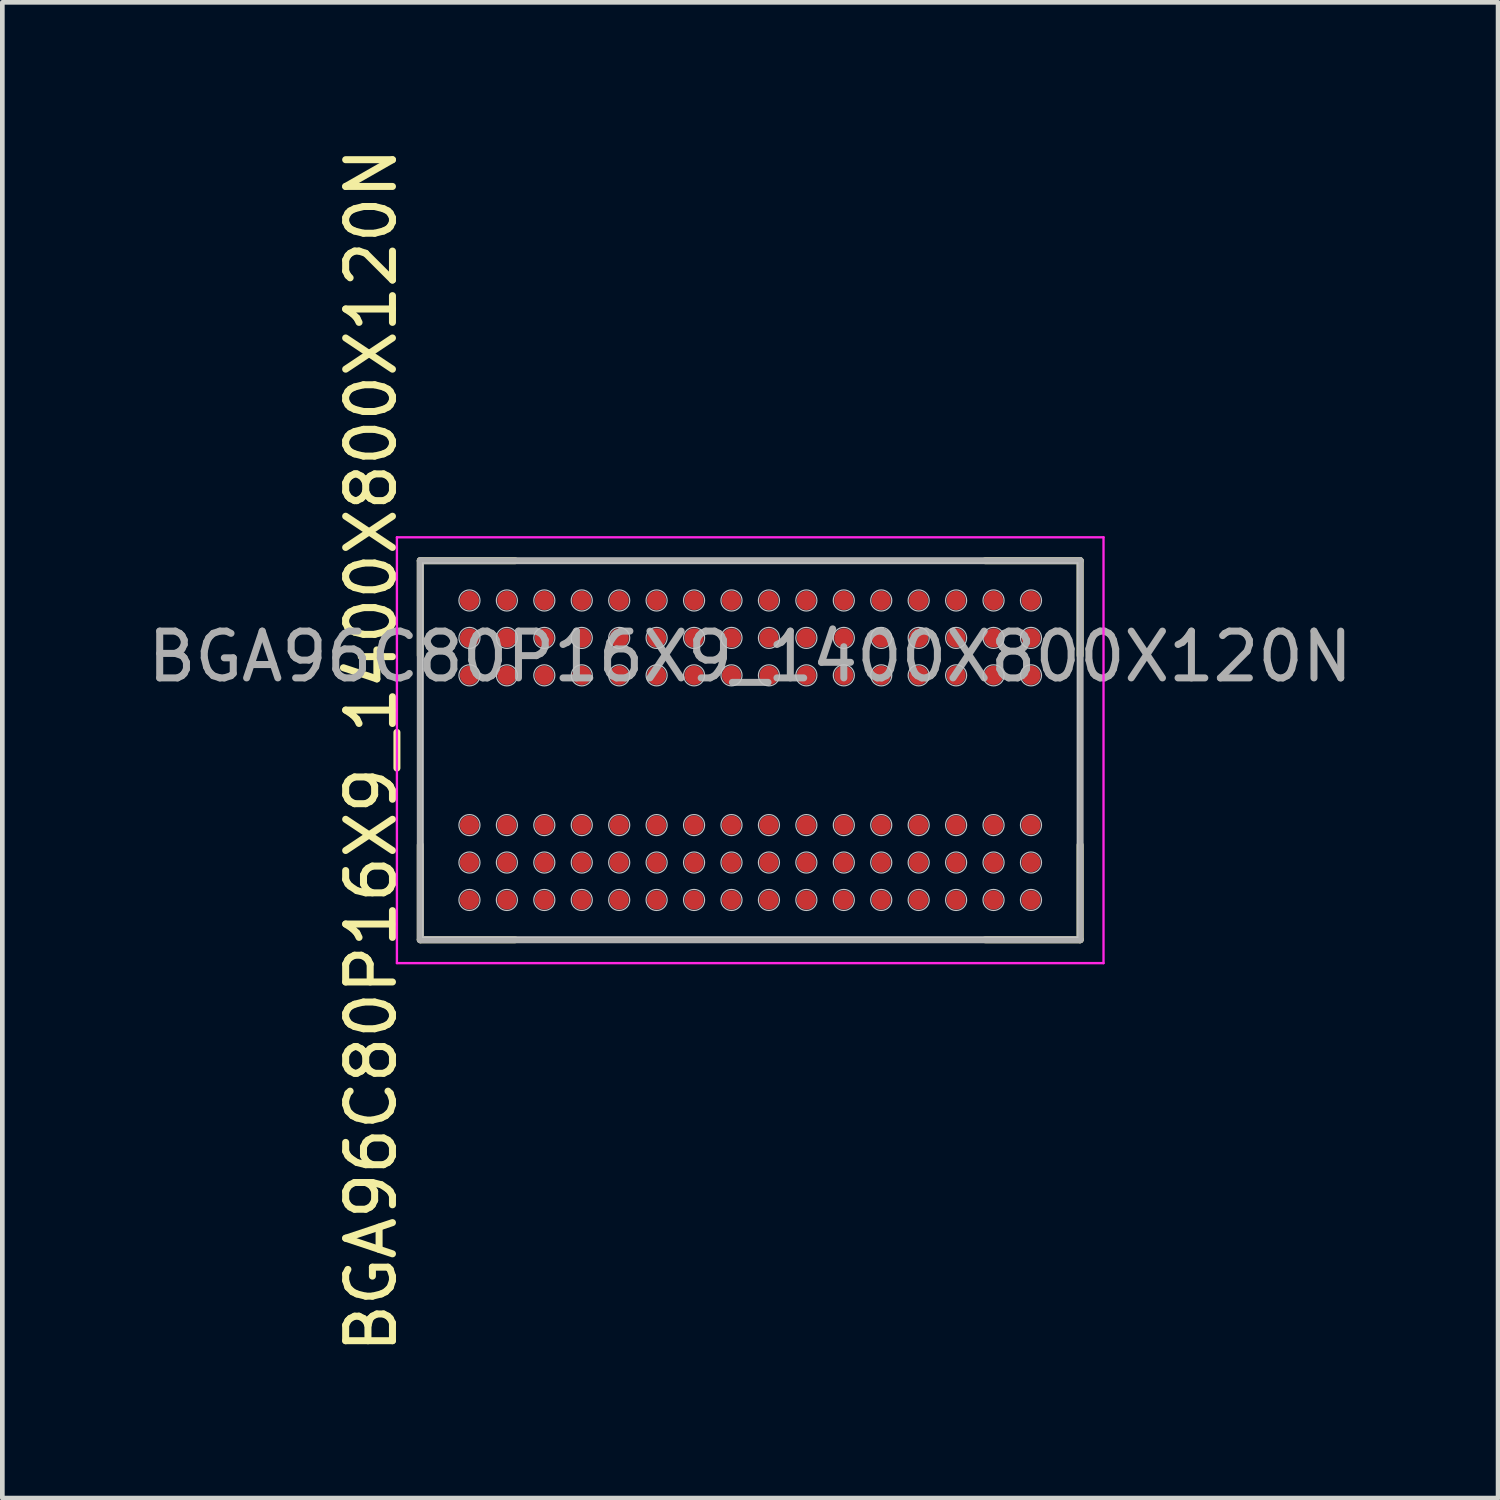
<source format=kicad_pcb>
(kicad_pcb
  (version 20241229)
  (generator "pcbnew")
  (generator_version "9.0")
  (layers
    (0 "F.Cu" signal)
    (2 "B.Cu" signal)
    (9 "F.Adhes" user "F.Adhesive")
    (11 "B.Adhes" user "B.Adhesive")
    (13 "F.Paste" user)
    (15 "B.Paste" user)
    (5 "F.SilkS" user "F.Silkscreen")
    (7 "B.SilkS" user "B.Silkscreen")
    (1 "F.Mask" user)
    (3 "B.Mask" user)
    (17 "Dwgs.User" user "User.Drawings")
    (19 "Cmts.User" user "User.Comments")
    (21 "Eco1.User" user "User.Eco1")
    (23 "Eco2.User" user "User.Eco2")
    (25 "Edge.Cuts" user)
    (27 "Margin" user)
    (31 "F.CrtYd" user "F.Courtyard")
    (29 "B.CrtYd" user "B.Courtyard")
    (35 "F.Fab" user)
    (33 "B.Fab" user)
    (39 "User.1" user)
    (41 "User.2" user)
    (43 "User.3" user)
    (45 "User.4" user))
  (footprint "BGA96C80P16X9_1400X800X120N"
    (layer "F.Cu")
    (at 12.982 12.982)
    (property "Reference" "BGA96C80P16X9_1400X800X120N" (at 0 -2 0) (layer "F.Fab") (effects (font (size 1 1) (thickness 0.15))))
    (attr smd)
    (fp_line (start -7.05 -4.05) (end -7.05 -2.025) (stroke (width 0.15) (type solid)) (layer "F.SilkS"))
    (fp_line (start -7.05 4.05) (end -7.05 2.025) (stroke (width 0.15) (type solid)) (layer "F.SilkS"))
    (fp_line (start -5.025 -4.05) (end -7.05 -4.05) (stroke (width 0.15) (type solid)) (layer "F.SilkS"))
    (fp_line (start -5.025 4.05) (end -7.05 4.05) (stroke (width 0.15) (type solid)) (layer "F.SilkS"))
    (fp_line (start 5.025 -4.05) (end 7.05 -4.05) (stroke (width 0.15) (type solid)) (layer "F.SilkS"))
    (fp_line (start 5.025 4.05) (end 7.05 4.05) (stroke (width 0.15) (type solid)) (layer "F.SilkS"))
    (fp_line (start 7.05 -4.05) (end 7.05 -2.025) (stroke (width 0.15) (type solid)) (layer "F.SilkS"))
    (fp_line (start 7.05 4.05) (end 7.05 2.025) (stroke (width 0.15) (type solid)) (layer "F.SilkS"))
    (fp_line (start -7 -4) (end 7 -4) (stroke (width 0.025) (type solid)) (layer "Dwgs.User"))
    (fp_line (start -7 4) (end -7 -4) (stroke (width 0.025) (type solid)) (layer "Dwgs.User"))
    (fp_line (start 7 -4) (end 7 4) (stroke (width 0.025) (type solid)) (layer "Dwgs.User"))
    (fp_line (start 7 4) (end -7 4) (stroke (width 0.025) (type solid)) (layer "Dwgs.User"))
    (fp_circle (center -6 -3.2) (end -6 -2.975) (stroke (width 0.025) (type solid)) (fill no) (layer "Dwgs.User"))
    (fp_circle (center -6 -2.4) (end -6 -2.175) (stroke (width 0.025) (type solid)) (fill no) (layer "Dwgs.User"))
    (fp_circle (center -6 -1.6) (end -6 -1.375) (stroke (width 0.025) (type solid)) (fill no) (layer "Dwgs.User"))
    (fp_circle (center -6 1.6) (end -6 1.825) (stroke (width 0.025) (type solid)) (fill no) (layer "Dwgs.User"))
    (fp_circle (center -6 2.4) (end -6 2.625) (stroke (width 0.025) (type solid)) (fill no) (layer "Dwgs.User"))
    (fp_circle (center -6 3.2) (end -6 3.425) (stroke (width 0.025) (type solid)) (fill no) (layer "Dwgs.User"))
    (fp_circle (center -5.2 -3.2) (end -5.2 -2.975) (stroke (width 0.025) (type solid)) (fill no) (layer "Dwgs.User"))
    (fp_circle (center -5.2 -2.4) (end -5.2 -2.175) (stroke (width 0.025) (type solid)) (fill no) (layer "Dwgs.User"))
    (fp_circle (center -5.2 -1.6) (end -5.2 -1.375) (stroke (width 0.025) (type solid)) (fill no) (layer "Dwgs.User"))
    (fp_circle (center -5.2 1.6) (end -5.2 1.825) (stroke (width 0.025) (type solid)) (fill no) (layer "Dwgs.User"))
    (fp_circle (center -5.2 2.4) (end -5.2 2.625) (stroke (width 0.025) (type solid)) (fill no) (layer "Dwgs.User"))
    (fp_circle (center -5.2 3.2) (end -5.2 3.425) (stroke (width 0.025) (type solid)) (fill no) (layer "Dwgs.User"))
    (fp_circle (center -4.4 -3.2) (end -4.4 -2.975) (stroke (width 0.025) (type solid)) (fill no) (layer "Dwgs.User"))
    (fp_circle (center -4.4 -2.4) (end -4.4 -2.175) (stroke (width 0.025) (type solid)) (fill no) (layer "Dwgs.User"))
    (fp_circle (center -4.4 -1.6) (end -4.4 -1.375) (stroke (width 0.025) (type solid)) (fill no) (layer "Dwgs.User"))
    (fp_circle (center -4.4 1.6) (end -4.4 1.825) (stroke (width 0.025) (type solid)) (fill no) (layer "Dwgs.User"))
    (fp_circle (center -4.4 2.4) (end -4.4 2.625) (stroke (width 0.025) (type solid)) (fill no) (layer "Dwgs.User"))
    (fp_circle (center -4.4 3.2) (end -4.4 3.425) (stroke (width 0.025) (type solid)) (fill no) (layer "Dwgs.User"))
    (fp_circle (center -3.6 -3.2) (end -3.6 -2.975) (stroke (width 0.025) (type solid)) (fill no) (layer "Dwgs.User"))
    (fp_circle (center -3.6 -2.4) (end -3.6 -2.175) (stroke (width 0.025) (type solid)) (fill no) (layer "Dwgs.User"))
    (fp_circle (center -3.6 -1.6) (end -3.6 -1.375) (stroke (width 0.025) (type solid)) (fill no) (layer "Dwgs.User"))
    (fp_circle (center -3.6 1.6) (end -3.6 1.825) (stroke (width 0.025) (type solid)) (fill no) (layer "Dwgs.User"))
    (fp_circle (center -3.6 2.4) (end -3.6 2.625) (stroke (width 0.025) (type solid)) (fill no) (layer "Dwgs.User"))
    (fp_circle (center -3.6 3.2) (end -3.6 3.425) (stroke (width 0.025) (type solid)) (fill no) (layer "Dwgs.User"))
    (fp_circle (center -2.8 -3.2) (end -2.8 -2.975) (stroke (width 0.025) (type solid)) (fill no) (layer "Dwgs.User"))
    (fp_circle (center -2.8 -2.4) (end -2.8 -2.175) (stroke (width 0.025) (type solid)) (fill no) (layer "Dwgs.User"))
    (fp_circle (center -2.8 -1.6) (end -2.8 -1.375) (stroke (width 0.025) (type solid)) (fill no) (layer "Dwgs.User"))
    (fp_circle (center -2.8 1.6) (end -2.8 1.825) (stroke (width 0.025) (type solid)) (fill no) (layer "Dwgs.User"))
    (fp_circle (center -2.8 2.4) (end -2.8 2.625) (stroke (width 0.025) (type solid)) (fill no) (layer "Dwgs.User"))
    (fp_circle (center -2.8 3.2) (end -2.8 3.425) (stroke (width 0.025) (type solid)) (fill no) (layer "Dwgs.User"))
    (fp_circle (center -2 -3.2) (end -2 -2.975) (stroke (width 0.025) (type solid)) (fill no) (layer "Dwgs.User"))
    (fp_circle (center -2 -2.4) (end -2 -2.175) (stroke (width 0.025) (type solid)) (fill no) (layer "Dwgs.User"))
    (fp_circle (center -2 -1.6) (end -2 -1.375) (stroke (width 0.025) (type solid)) (fill no) (layer "Dwgs.User"))
    (fp_circle (center -2 1.6) (end -2 1.825) (stroke (width 0.025) (type solid)) (fill no) (layer "Dwgs.User"))
    (fp_circle (center -2 2.4) (end -2 2.625) (stroke (width 0.025) (type solid)) (fill no) (layer "Dwgs.User"))
    (fp_circle (center -2 3.2) (end -2 3.425) (stroke (width 0.025) (type solid)) (fill no) (layer "Dwgs.User"))
    (fp_circle (center -1.2 -3.2) (end -1.2 -2.975) (stroke (width 0.025) (type solid)) (fill no) (layer "Dwgs.User"))
    (fp_circle (center -1.2 -2.4) (end -1.2 -2.175) (stroke (width 0.025) (type solid)) (fill no) (layer "Dwgs.User"))
    (fp_circle (center -1.2 -1.6) (end -1.2 -1.375) (stroke (width 0.025) (type solid)) (fill no) (layer "Dwgs.User"))
    (fp_circle (center -1.2 1.6) (end -1.2 1.825) (stroke (width 0.025) (type solid)) (fill no) (layer "Dwgs.User"))
    (fp_circle (center -1.2 2.4) (end -1.2 2.625) (stroke (width 0.025) (type solid)) (fill no) (layer "Dwgs.User"))
    (fp_circle (center -1.2 3.2) (end -1.2 3.425) (stroke (width 0.025) (type solid)) (fill no) (layer "Dwgs.User"))
    (fp_circle (center -0.4 -3.2) (end -0.4 -2.975) (stroke (width 0.025) (type solid)) (fill no) (layer "Dwgs.User"))
    (fp_circle (center -0.4 -2.4) (end -0.4 -2.175) (stroke (width 0.025) (type solid)) (fill no) (layer "Dwgs.User"))
    (fp_circle (center -0.4 -1.6) (end -0.4 -1.375) (stroke (width 0.025) (type solid)) (fill no) (layer "Dwgs.User"))
    (fp_circle (center -0.4 1.6) (end -0.4 1.825) (stroke (width 0.025) (type solid)) (fill no) (layer "Dwgs.User"))
    (fp_circle (center -0.4 2.4) (end -0.4 2.625) (stroke (width 0.025) (type solid)) (fill no) (layer "Dwgs.User"))
    (fp_circle (center -0.4 3.2) (end -0.4 3.425) (stroke (width 0.025) (type solid)) (fill no) (layer "Dwgs.User"))
    (fp_circle (center 0.4 -3.2) (end 0.4 -2.975) (stroke (width 0.025) (type solid)) (fill no) (layer "Dwgs.User"))
    (fp_circle (center 0.4 -2.4) (end 0.4 -2.175) (stroke (width 0.025) (type solid)) (fill no) (layer "Dwgs.User"))
    (fp_circle (center 0.4 -1.6) (end 0.4 -1.375) (stroke (width 0.025) (type solid)) (fill no) (layer "Dwgs.User"))
    (fp_circle (center 0.4 1.6) (end 0.4 1.825) (stroke (width 0.025) (type solid)) (fill no) (layer "Dwgs.User"))
    (fp_circle (center 0.4 2.4) (end 0.4 2.625) (stroke (width 0.025) (type solid)) (fill no) (layer "Dwgs.User"))
    (fp_circle (center 0.4 3.2) (end 0.4 3.425) (stroke (width 0.025) (type solid)) (fill no) (layer "Dwgs.User"))
    (fp_circle (center 1.2 -3.2) (end 1.2 -2.975) (stroke (width 0.025) (type solid)) (fill no) (layer "Dwgs.User"))
    (fp_circle (center 1.2 -2.4) (end 1.2 -2.175) (stroke (width 0.025) (type solid)) (fill no) (layer "Dwgs.User"))
    (fp_circle (center 1.2 -1.6) (end 1.2 -1.375) (stroke (width 0.025) (type solid)) (fill no) (layer "Dwgs.User"))
    (fp_circle (center 1.2 1.6) (end 1.2 1.825) (stroke (width 0.025) (type solid)) (fill no) (layer "Dwgs.User"))
    (fp_circle (center 1.2 2.4) (end 1.2 2.625) (stroke (width 0.025) (type solid)) (fill no) (layer "Dwgs.User"))
    (fp_circle (center 1.2 3.2) (end 1.2 3.425) (stroke (width 0.025) (type solid)) (fill no) (layer "Dwgs.User"))
    (fp_circle (center 2 -3.2) (end 2 -2.975) (stroke (width 0.025) (type solid)) (fill no) (layer "Dwgs.User"))
    (fp_circle (center 2 -2.4) (end 2 -2.175) (stroke (width 0.025) (type solid)) (fill no) (layer "Dwgs.User"))
    (fp_circle (center 2 -1.6) (end 2 -1.375) (stroke (width 0.025) (type solid)) (fill no) (layer "Dwgs.User"))
    (fp_circle (center 2 1.6) (end 2 1.825) (stroke (width 0.025) (type solid)) (fill no) (layer "Dwgs.User"))
    (fp_circle (center 2 2.4) (end 2 2.625) (stroke (width 0.025) (type solid)) (fill no) (layer "Dwgs.User"))
    (fp_circle (center 2 3.2) (end 2 3.425) (stroke (width 0.025) (type solid)) (fill no) (layer "Dwgs.User"))
    (fp_circle (center 2.8 -3.2) (end 2.8 -2.975) (stroke (width 0.025) (type solid)) (fill no) (layer "Dwgs.User"))
    (fp_circle (center 2.8 -2.4) (end 2.8 -2.175) (stroke (width 0.025) (type solid)) (fill no) (layer "Dwgs.User"))
    (fp_circle (center 2.8 -1.6) (end 2.8 -1.375) (stroke (width 0.025) (type solid)) (fill no) (layer "Dwgs.User"))
    (fp_circle (center 2.8 1.6) (end 2.8 1.825) (stroke (width 0.025) (type solid)) (fill no) (layer "Dwgs.User"))
    (fp_circle (center 2.8 2.4) (end 2.8 2.625) (stroke (width 0.025) (type solid)) (fill no) (layer "Dwgs.User"))
    (fp_circle (center 2.8 3.2) (end 2.8 3.425) (stroke (width 0.025) (type solid)) (fill no) (layer "Dwgs.User"))
    (fp_circle (center 3.6 -3.2) (end 3.6 -2.975) (stroke (width 0.025) (type solid)) (fill no) (layer "Dwgs.User"))
    (fp_circle (center 3.6 -2.4) (end 3.6 -2.175) (stroke (width 0.025) (type solid)) (fill no) (layer "Dwgs.User"))
    (fp_circle (center 3.6 -1.6) (end 3.6 -1.375) (stroke (width 0.025) (type solid)) (fill no) (layer "Dwgs.User"))
    (fp_circle (center 3.6 1.6) (end 3.6 1.825) (stroke (width 0.025) (type solid)) (fill no) (layer "Dwgs.User"))
    (fp_circle (center 3.6 2.4) (end 3.6 2.625) (stroke (width 0.025) (type solid)) (fill no) (layer "Dwgs.User"))
    (fp_circle (center 3.6 3.2) (end 3.6 3.425) (stroke (width 0.025) (type solid)) (fill no) (layer "Dwgs.User"))
    (fp_circle (center 4.4 -3.2) (end 4.4 -2.975) (stroke (width 0.025) (type solid)) (fill no) (layer "Dwgs.User"))
    (fp_circle (center 4.4 -2.4) (end 4.4 -2.175) (stroke (width 0.025) (type solid)) (fill no) (layer "Dwgs.User"))
    (fp_circle (center 4.4 -1.6) (end 4.4 -1.375) (stroke (width 0.025) (type solid)) (fill no) (layer "Dwgs.User"))
    (fp_circle (center 4.4 1.6) (end 4.4 1.825) (stroke (width 0.025) (type solid)) (fill no) (layer "Dwgs.User"))
    (fp_circle (center 4.4 2.4) (end 4.4 2.625) (stroke (width 0.025) (type solid)) (fill no) (layer "Dwgs.User"))
    (fp_circle (center 4.4 3.2) (end 4.4 3.425) (stroke (width 0.025) (type solid)) (fill no) (layer "Dwgs.User"))
    (fp_circle (center 5.2 -3.2) (end 5.2 -2.975) (stroke (width 0.025) (type solid)) (fill no) (layer "Dwgs.User"))
    (fp_circle (center 5.2 -2.4) (end 5.2 -2.175) (stroke (width 0.025) (type solid)) (fill no) (layer "Dwgs.User"))
    (fp_circle (center 5.2 -1.6) (end 5.2 -1.375) (stroke (width 0.025) (type solid)) (fill no) (layer "Dwgs.User"))
    (fp_circle (center 5.2 1.6) (end 5.2 1.825) (stroke (width 0.025) (type solid)) (fill no) (layer "Dwgs.User"))
    (fp_circle (center 5.2 2.4) (end 5.2 2.625) (stroke (width 0.025) (type solid)) (fill no) (layer "Dwgs.User"))
    (fp_circle (center 5.2 3.2) (end 5.2 3.425) (stroke (width 0.025) (type solid)) (fill no) (layer "Dwgs.User"))
    (fp_circle (center 6 -3.2) (end 6 -2.975) (stroke (width 0.025) (type solid)) (fill no) (layer "Dwgs.User"))
    (fp_circle (center 6 -2.4) (end 6 -2.175) (stroke (width 0.025) (type solid)) (fill no) (layer "Dwgs.User"))
    (fp_circle (center 6 -1.6) (end 6 -1.375) (stroke (width 0.025) (type solid)) (fill no) (layer "Dwgs.User"))
    (fp_circle (center 6 1.6) (end 6 1.825) (stroke (width 0.025) (type solid)) (fill no) (layer "Dwgs.User"))
    (fp_circle (center 6 2.4) (end 6 2.625) (stroke (width 0.025) (type solid)) (fill no) (layer "Dwgs.User"))
    (fp_circle (center 6 3.2) (end 6 3.425) (stroke (width 0.025) (type solid)) (fill no) (layer "Dwgs.User"))
    (fp_line (start -7.55 -4.55) (end 7.55 -4.55) (stroke (width 0.05) (type solid)) (layer "F.CrtYd"))
    (fp_line (start -7.55 4.55) (end -7.55 -4.55) (stroke (width 0.05) (type solid)) (layer "F.CrtYd"))
    (fp_line (start 7.55 -4.55) (end 7.55 4.55) (stroke (width 0.05) (type solid)) (layer "F.CrtYd"))
    (fp_line (start 7.55 4.55) (end -7.55 4.55) (stroke (width 0.05) (type solid)) (layer "F.CrtYd"))
    (fp_line (start -7.05 -4.05) (end 7.05 -4.05) (stroke (width 0.15) (type solid)) (layer "F.Fab"))
    (fp_line (start -7.05 4.05) (end -7.05 -4.05) (stroke (width 0.15) (type solid)) (layer "F.Fab"))
    (fp_line (start 7.05 -4.05) (end 7.05 4.05) (stroke (width 0.15) (type solid)) (layer "F.Fab"))
    (fp_line (start 7.05 4.05) (end -7.05 4.05) (stroke (width 0.15) (type solid)) (layer "F.Fab"))
    (fp_text user "${REFERENCE}" (at -8.1 0 90) (layer "F.SilkS") (effects (font (size 1 1) (thickness 0.15))))
    (pad "A1" smd circle (at -6 3.2) (size 0.41 0.41) (layers "F.Cu" "F.Mask" "F.Paste"))
    (pad "A2" smd circle (at -6 2.4) (size 0.41 0.41) (layers "F.Cu" "F.Mask" "F.Paste"))
    (pad "A3" smd circle (at -6 1.6) (size 0.41 0.41) (layers "F.Cu" "F.Mask" "F.Paste"))
    (pad "A7" smd circle (at -6 -1.6) (size 0.41 0.41) (layers "F.Cu" "F.Mask" "F.Paste"))
    (pad "A8" smd circle (at -6 -2.4) (size 0.41 0.41) (layers "F.Cu" "F.Mask" "F.Paste"))
    (pad "A9" smd circle (at -6 -3.2) (size 0.41 0.41) (layers "F.Cu" "F.Mask" "F.Paste"))
    (pad "B1" smd circle (at -5.2 3.2) (size 0.41 0.41) (layers "F.Cu" "F.Mask" "F.Paste"))
    (pad "B2" smd circle (at -5.2 2.4) (size 0.41 0.41) (layers "F.Cu" "F.Mask" "F.Paste"))
    (pad "B3" smd circle (at -5.2 1.6) (size 0.41 0.41) (layers "F.Cu" "F.Mask" "F.Paste"))
    (pad "B7" smd circle (at -5.2 -1.6) (size 0.41 0.41) (layers "F.Cu" "F.Mask" "F.Paste"))
    (pad "B8" smd circle (at -5.2 -2.4) (size 0.41 0.41) (layers "F.Cu" "F.Mask" "F.Paste"))
    (pad "B9" smd circle (at -5.2 -3.2) (size 0.41 0.41) (layers "F.Cu" "F.Mask" "F.Paste"))
    (pad "C1" smd circle (at -4.4 3.2) (size 0.41 0.41) (layers "F.Cu" "F.Mask" "F.Paste"))
    (pad "C2" smd circle (at -4.4 2.4) (size 0.41 0.41) (layers "F.Cu" "F.Mask" "F.Paste"))
    (pad "C3" smd circle (at -4.4 1.6) (size 0.41 0.41) (layers "F.Cu" "F.Mask" "F.Paste"))
    (pad "C7" smd circle (at -4.4 -1.6) (size 0.41 0.41) (layers "F.Cu" "F.Mask" "F.Paste"))
    (pad "C8" smd circle (at -4.4 -2.4) (size 0.41 0.41) (layers "F.Cu" "F.Mask" "F.Paste"))
    (pad "C9" smd circle (at -4.4 -3.2) (size 0.41 0.41) (layers "F.Cu" "F.Mask" "F.Paste"))
    (pad "D1" smd circle (at -3.6 3.2) (size 0.41 0.41) (layers "F.Cu" "F.Mask" "F.Paste"))
    (pad "D2" smd circle (at -3.6 2.4) (size 0.41 0.41) (layers "F.Cu" "F.Mask" "F.Paste"))
    (pad "D3" smd circle (at -3.6 1.6) (size 0.41 0.41) (layers "F.Cu" "F.Mask" "F.Paste"))
    (pad "D7" smd circle (at -3.6 -1.6) (size 0.41 0.41) (layers "F.Cu" "F.Mask" "F.Paste"))
    (pad "D8" smd circle (at -3.6 -2.4) (size 0.41 0.41) (layers "F.Cu" "F.Mask" "F.Paste"))
    (pad "D9" smd circle (at -3.6 -3.2) (size 0.41 0.41) (layers "F.Cu" "F.Mask" "F.Paste"))
    (pad "E1" smd circle (at -2.8 3.2) (size 0.41 0.41) (layers "F.Cu" "F.Mask" "F.Paste"))
    (pad "E2" smd circle (at -2.8 2.4) (size 0.41 0.41) (layers "F.Cu" "F.Mask" "F.Paste"))
    (pad "E3" smd circle (at -2.8 1.6) (size 0.41 0.41) (layers "F.Cu" "F.Mask" "F.Paste"))
    (pad "E7" smd circle (at -2.8 -1.6) (size 0.41 0.41) (layers "F.Cu" "F.Mask" "F.Paste"))
    (pad "E8" smd circle (at -2.8 -2.4) (size 0.41 0.41) (layers "F.Cu" "F.Mask" "F.Paste"))
    (pad "E9" smd circle (at -2.8 -3.2) (size 0.41 0.41) (layers "F.Cu" "F.Mask" "F.Paste"))
    (pad "F1" smd circle (at -2 3.2) (size 0.41 0.41) (layers "F.Cu" "F.Mask" "F.Paste"))
    (pad "F2" smd circle (at -2 2.4) (size 0.41 0.41) (layers "F.Cu" "F.Mask" "F.Paste"))
    (pad "F3" smd circle (at -2 1.6) (size 0.41 0.41) (layers "F.Cu" "F.Mask" "F.Paste"))
    (pad "F7" smd circle (at -2 -1.6) (size 0.41 0.41) (layers "F.Cu" "F.Mask" "F.Paste"))
    (pad "F8" smd circle (at -2 -2.4) (size 0.41 0.41) (layers "F.Cu" "F.Mask" "F.Paste"))
    (pad "F9" smd circle (at -2 -3.2) (size 0.41 0.41) (layers "F.Cu" "F.Mask" "F.Paste"))
    (pad "G1" smd circle (at -1.2 3.2) (size 0.41 0.41) (layers "F.Cu" "F.Mask" "F.Paste"))
    (pad "G2" smd circle (at -1.2 2.4) (size 0.41 0.41) (layers "F.Cu" "F.Mask" "F.Paste"))
    (pad "G3" smd circle (at -1.2 1.6) (size 0.41 0.41) (layers "F.Cu" "F.Mask" "F.Paste"))
    (pad "G7" smd circle (at -1.2 -1.6) (size 0.41 0.41) (layers "F.Cu" "F.Mask" "F.Paste"))
    (pad "G8" smd circle (at -1.2 -2.4) (size 0.41 0.41) (layers "F.Cu" "F.Mask" "F.Paste"))
    (pad "G9" smd circle (at -1.2 -3.2) (size 0.41 0.41) (layers "F.Cu" "F.Mask" "F.Paste"))
    (pad "H1" smd circle (at -0.4 3.2) (size 0.41 0.41) (layers "F.Cu" "F.Mask" "F.Paste"))
    (pad "H2" smd circle (at -0.4 2.4) (size 0.41 0.41) (layers "F.Cu" "F.Mask" "F.Paste"))
    (pad "H3" smd circle (at -0.4 1.6) (size 0.41 0.41) (layers "F.Cu" "F.Mask" "F.Paste"))
    (pad "H7" smd circle (at -0.4 -1.6) (size 0.41 0.41) (layers "F.Cu" "F.Mask" "F.Paste"))
    (pad "H8" smd circle (at -0.4 -2.4) (size 0.41 0.41) (layers "F.Cu" "F.Mask" "F.Paste"))
    (pad "H9" smd circle (at -0.4 -3.2) (size 0.41 0.41) (layers "F.Cu" "F.Mask" "F.Paste"))
    (pad "J1" smd circle (at 0.4 3.2) (size 0.41 0.41) (layers "F.Cu" "F.Mask" "F.Paste"))
    (pad "J2" smd circle (at 0.4 2.4) (size 0.41 0.41) (layers "F.Cu" "F.Mask" "F.Paste"))
    (pad "J3" smd circle (at 0.4 1.6) (size 0.41 0.41) (layers "F.Cu" "F.Mask" "F.Paste"))
    (pad "J7" smd circle (at 0.4 -1.6) (size 0.41 0.41) (layers "F.Cu" "F.Mask" "F.Paste"))
    (pad "J8" smd circle (at 0.4 -2.4) (size 0.41 0.41) (layers "F.Cu" "F.Mask" "F.Paste"))
    (pad "J9" smd circle (at 0.4 -3.2) (size 0.41 0.41) (layers "F.Cu" "F.Mask" "F.Paste"))
    (pad "K1" smd circle (at 1.2 3.2) (size 0.41 0.41) (layers "F.Cu" "F.Mask" "F.Paste"))
    (pad "K2" smd circle (at 1.2 2.4) (size 0.41 0.41) (layers "F.Cu" "F.Mask" "F.Paste"))
    (pad "K3" smd circle (at 1.2 1.6) (size 0.41 0.41) (layers "F.Cu" "F.Mask" "F.Paste"))
    (pad "K7" smd circle (at 1.2 -1.6) (size 0.41 0.41) (layers "F.Cu" "F.Mask" "F.Paste"))
    (pad "K8" smd circle (at 1.2 -2.4) (size 0.41 0.41) (layers "F.Cu" "F.Mask" "F.Paste"))
    (pad "K9" smd circle (at 1.2 -3.2) (size 0.41 0.41) (layers "F.Cu" "F.Mask" "F.Paste"))
    (pad "L1" smd circle (at 2 3.2) (size 0.41 0.41) (layers "F.Cu" "F.Mask" "F.Paste"))
    (pad "L2" smd circle (at 2 2.4) (size 0.41 0.41) (layers "F.Cu" "F.Mask" "F.Paste"))
    (pad "L3" smd circle (at 2 1.6) (size 0.41 0.41) (layers "F.Cu" "F.Mask" "F.Paste"))
    (pad "L7" smd circle (at 2 -1.6) (size 0.41 0.41) (layers "F.Cu" "F.Mask" "F.Paste"))
    (pad "L8" smd circle (at 2 -2.4) (size 0.41 0.41) (layers "F.Cu" "F.Mask" "F.Paste"))
    (pad "L9" smd circle (at 2 -3.2) (size 0.41 0.41) (layers "F.Cu" "F.Mask" "F.Paste"))
    (pad "M1" smd circle (at 2.8 3.2) (size 0.41 0.41) (layers "F.Cu" "F.Mask" "F.Paste"))
    (pad "M2" smd circle (at 2.8 2.4) (size 0.41 0.41) (layers "F.Cu" "F.Mask" "F.Paste"))
    (pad "M3" smd circle (at 2.8 1.6) (size 0.41 0.41) (layers "F.Cu" "F.Mask" "F.Paste"))
    (pad "M7" smd circle (at 2.8 -1.6) (size 0.41 0.41) (layers "F.Cu" "F.Mask" "F.Paste"))
    (pad "M8" smd circle (at 2.8 -2.4) (size 0.41 0.41) (layers "F.Cu" "F.Mask" "F.Paste"))
    (pad "M9" smd circle (at 2.8 -3.2) (size 0.41 0.41) (layers "F.Cu" "F.Mask" "F.Paste"))
    (pad "N1" smd circle (at 3.6 3.2) (size 0.41 0.41) (layers "F.Cu" "F.Mask" "F.Paste"))
    (pad "N2" smd circle (at 3.6 2.4) (size 0.41 0.41) (layers "F.Cu" "F.Mask" "F.Paste"))
    (pad "N3" smd circle (at 3.6 1.6) (size 0.41 0.41) (layers "F.Cu" "F.Mask" "F.Paste"))
    (pad "N7" smd circle (at 3.6 -1.6) (size 0.41 0.41) (layers "F.Cu" "F.Mask" "F.Paste"))
    (pad "N8" smd circle (at 3.6 -2.4) (size 0.41 0.41) (layers "F.Cu" "F.Mask" "F.Paste"))
    (pad "N9" smd circle (at 3.6 -3.2) (size 0.41 0.41) (layers "F.Cu" "F.Mask" "F.Paste"))
    (pad "P1" smd circle (at 4.4 3.2) (size 0.41 0.41) (layers "F.Cu" "F.Mask" "F.Paste"))
    (pad "P2" smd circle (at 4.4 2.4) (size 0.41 0.41) (layers "F.Cu" "F.Mask" "F.Paste"))
    (pad "P3" smd circle (at 4.4 1.6) (size 0.41 0.41) (layers "F.Cu" "F.Mask" "F.Paste"))
    (pad "P7" smd circle (at 4.4 -1.6) (size 0.41 0.41) (layers "F.Cu" "F.Mask" "F.Paste"))
    (pad "P8" smd circle (at 4.4 -2.4) (size 0.41 0.41) (layers "F.Cu" "F.Mask" "F.Paste"))
    (pad "P9" smd circle (at 4.4 -3.2) (size 0.41 0.41) (layers "F.Cu" "F.Mask" "F.Paste"))
    (pad "R1" smd circle (at 5.2 3.2) (size 0.41 0.41) (layers "F.Cu" "F.Mask" "F.Paste"))
    (pad "R2" smd circle (at 5.2 2.4) (size 0.41 0.41) (layers "F.Cu" "F.Mask" "F.Paste"))
    (pad "R3" smd circle (at 5.2 1.6) (size 0.41 0.41) (layers "F.Cu" "F.Mask" "F.Paste"))
    (pad "R7" smd circle (at 5.2 -1.6) (size 0.41 0.41) (layers "F.Cu" "F.Mask" "F.Paste"))
    (pad "R8" smd circle (at 5.2 -2.4) (size 0.41 0.41) (layers "F.Cu" "F.Mask" "F.Paste"))
    (pad "R9" smd circle (at 5.2 -3.2) (size 0.41 0.41) (layers "F.Cu" "F.Mask" "F.Paste"))
    (pad "T1" smd circle (at 6 3.2) (size 0.41 0.41) (layers "F.Cu" "F.Mask" "F.Paste"))
    (pad "T2" smd circle (at 6 2.4) (size 0.41 0.41) (layers "F.Cu" "F.Mask" "F.Paste"))
    (pad "T3" smd circle (at 6 1.6) (size 0.41 0.41) (layers "F.Cu" "F.Mask" "F.Paste"))
    (pad "T7" smd circle (at 6 -1.6) (size 0.41 0.41) (layers "F.Cu" "F.Mask" "F.Paste"))
    (pad "T8" smd circle (at 6 -2.4) (size 0.41 0.41) (layers "F.Cu" "F.Mask" "F.Paste"))
    (pad "T9" smd circle (at 6 -3.2) (size 0.41 0.41) (layers "F.Cu" "F.Mask" "F.Paste")))
  (gr_rect
    (start -3 -3)
    (end 28.964 28.964)
    (stroke (width 0.1) (type default))
    (fill no)
    (layer "Edge.Cuts")))
</source>
